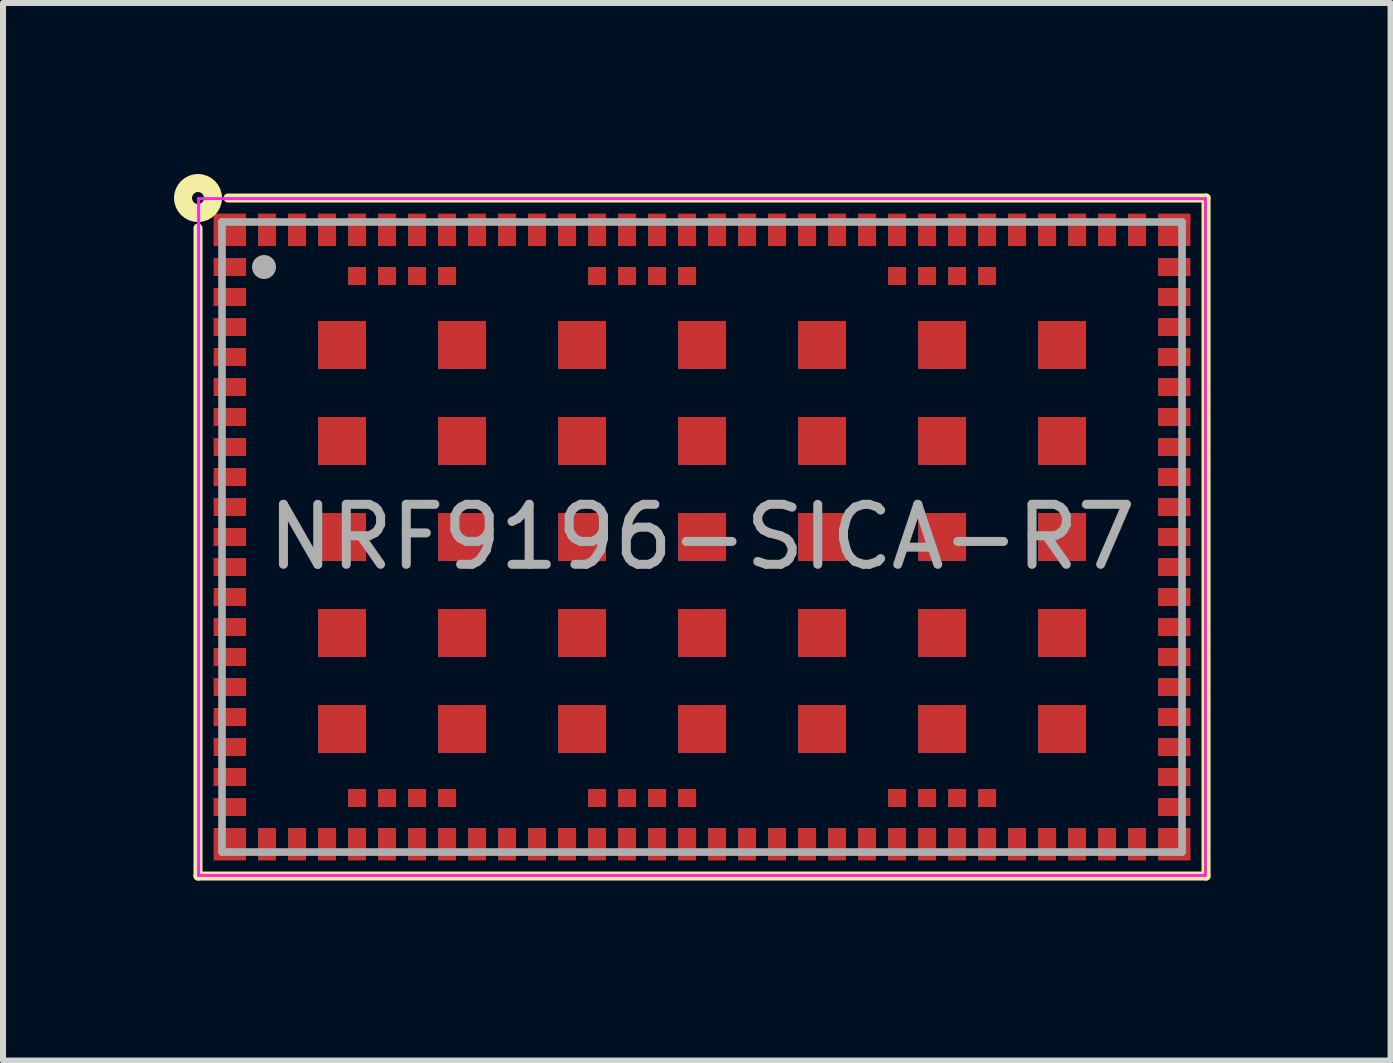
<source format=kicad_pcb>
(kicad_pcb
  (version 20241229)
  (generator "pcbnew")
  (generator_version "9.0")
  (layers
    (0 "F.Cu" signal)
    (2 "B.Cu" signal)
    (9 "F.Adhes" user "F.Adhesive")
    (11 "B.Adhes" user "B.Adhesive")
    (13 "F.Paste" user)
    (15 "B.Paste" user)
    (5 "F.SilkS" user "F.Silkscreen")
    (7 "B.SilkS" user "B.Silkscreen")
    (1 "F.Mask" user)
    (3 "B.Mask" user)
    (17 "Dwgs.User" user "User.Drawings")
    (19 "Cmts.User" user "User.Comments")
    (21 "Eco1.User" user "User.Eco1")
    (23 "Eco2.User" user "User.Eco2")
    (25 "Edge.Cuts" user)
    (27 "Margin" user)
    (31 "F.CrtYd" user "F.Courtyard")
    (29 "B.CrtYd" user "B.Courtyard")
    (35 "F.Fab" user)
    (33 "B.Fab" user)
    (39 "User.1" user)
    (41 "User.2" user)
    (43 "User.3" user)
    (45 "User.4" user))
  (footprint "NRF9196-SICA-R7"
    (layer "F.Cu")
    (at 8.65 5.9)
    (property "Reference" "NRF9196-SICA-R7" (at 0 0 0) (layer "F.Fab") (effects (font (size 1 1) (thickness 0.15))))
    (property "Value" "${VALUE}" (at 0 4.5 0) (layer "F.Fab") (hide yes) (effects (font (size 0.5 0.5) (thickness 0.07))))
    (attr through_hole)
    (fp_line (start -8.4 -5.15) (end -8.4 5.65) (stroke (width 0.15) (type solid)) (layer "F.SilkS"))
    (fp_line (start -8.4 5.65) (end 8.4 5.65) (stroke (width 0.15) (type solid)) (layer "F.SilkS"))
    (fp_line (start 8.4 -5.65) (end -7.9 -5.65) (stroke (width 0.15) (type solid)) (layer "F.SilkS"))
    (fp_line (start 8.4 5.65) (end 8.4 -5.65) (stroke (width 0.15) (type solid)) (layer "F.SilkS"))
    (fp_circle (center -8.4 -5.65) (end -8.3 -5.65) (stroke (width 0.3) (type solid)) (fill no) (layer "F.SilkS"))
    (fp_line (start -8.39 -5.64) (end 8.39 -5.64) (stroke (width 0.05) (type solid)) (layer "F.CrtYd"))
    (fp_line (start -8.39 5.64) (end -8.39 -5.64) (stroke (width 0.05) (type solid)) (layer "F.CrtYd"))
    (fp_line (start 8.39 -5.64) (end 8.39 5.64) (stroke (width 0.05) (type solid)) (layer "F.CrtYd"))
    (fp_line (start 8.39 5.64) (end -8.39 5.64) (stroke (width 0.05) (type solid)) (layer "F.CrtYd"))
    (fp_line (start -8 -5.25) (end 8 -5.25) (stroke (width 0.127) (type solid)) (layer "F.Fab"))
    (fp_line (start -8 5.25) (end -8 -5.25) (stroke (width 0.127) (type solid)) (layer "F.Fab"))
    (fp_line (start 8 -5.25) (end 8 5.25) (stroke (width 0.127) (type solid)) (layer "F.Fab"))
    (fp_line (start 8 5.25) (end -8 5.25) (stroke (width 0.127) (type solid)) (layer "F.Fab"))
    (fp_circle (center -7.3 -4.5) (end -7.2 -4.5) (stroke (width 0.2) (type solid)) (fill no) (layer "F.Fab"))
    (pad "1" smd rect (at -7.87 -5.12) (size 0.54 0.54) (layers "F.Cu" "F.Mask" "F.Paste"))
    (pad "2" smd rect (at -7.87 -4.5) (size 0.54 0.3) (layers "F.Cu" "F.Mask" "F.Paste"))
    (pad "3" smd rect (at -7.87 -4) (size 0.54 0.3) (layers "F.Cu" "F.Mask" "F.Paste"))
    (pad "4" smd rect (at -7.87 -3.5) (size 0.54 0.3) (layers "F.Cu" "F.Mask" "F.Paste"))
    (pad "5" smd rect (at -7.87 -3) (size 0.54 0.3) (layers "F.Cu" "F.Mask" "F.Paste"))
    (pad "6" smd rect (at -7.87 -2.5) (size 0.54 0.3) (layers "F.Cu" "F.Mask" "F.Paste"))
    (pad "7" smd rect (at -7.87 -2) (size 0.54 0.3) (layers "F.Cu" "F.Mask" "F.Paste"))
    (pad "8" smd rect (at -7.87 -1.5) (size 0.54 0.3) (layers "F.Cu" "F.Mask" "F.Paste"))
    (pad "9" smd rect (at -7.87 -1) (size 0.54 0.3) (layers "F.Cu" "F.Mask" "F.Paste"))
    (pad "10" smd rect (at -7.87 -0.5) (size 0.54 0.3) (layers "F.Cu" "F.Mask" "F.Paste"))
    (pad "11" smd rect (at -7.87 0) (size 0.54 0.3) (layers "F.Cu" "F.Mask" "F.Paste"))
    (pad "12" smd rect (at -7.87 0.5) (size 0.54 0.3) (layers "F.Cu" "F.Mask" "F.Paste"))
    (pad "13" smd rect (at -7.87 1) (size 0.54 0.3) (layers "F.Cu" "F.Mask" "F.Paste"))
    (pad "14" smd rect (at -7.87 1.5) (size 0.54 0.3) (layers "F.Cu" "F.Mask" "F.Paste"))
    (pad "15" smd rect (at -7.87 2) (size 0.54 0.3) (layers "F.Cu" "F.Mask" "F.Paste"))
    (pad "16" smd rect (at -7.87 2.5) (size 0.54 0.3) (layers "F.Cu" "F.Mask" "F.Paste"))
    (pad "17" smd rect (at -7.87 3) (size 0.54 0.3) (layers "F.Cu" "F.Mask" "F.Paste"))
    (pad "18" smd rect (at -7.87 3.5) (size 0.54 0.3) (layers "F.Cu" "F.Mask" "F.Paste"))
    (pad "19" smd rect (at -7.87 4) (size 0.54 0.3) (layers "F.Cu" "F.Mask" "F.Paste"))
    (pad "20" smd rect (at -7.87 4.5) (size 0.54 0.3) (layers "F.Cu" "F.Mask" "F.Paste"))
    (pad "21" smd rect (at -7.87 5.12) (size 0.54 0.54) (layers "F.Cu" "F.Mask" "F.Paste"))
    (pad "22" smd rect (at -7.25 5.12) (size 0.3 0.54) (layers "F.Cu" "F.Mask" "F.Paste"))
    (pad "23" smd rect (at -6.75 5.12) (size 0.3 0.54) (layers "F.Cu" "F.Mask" "F.Paste"))
    (pad "24" smd rect (at -6.25 5.12) (size 0.3 0.54) (layers "F.Cu" "F.Mask" "F.Paste"))
    (pad "25" smd rect (at -5.75 5.12) (size 0.3 0.54) (layers "F.Cu" "F.Mask" "F.Paste"))
    (pad "26" smd rect (at -5.25 5.12) (size 0.3 0.54) (layers "F.Cu" "F.Mask" "F.Paste"))
    (pad "27" smd rect (at -4.75 5.12) (size 0.3 0.54) (layers "F.Cu" "F.Mask" "F.Paste"))
    (pad "28" smd rect (at -4.25 5.12) (size 0.3 0.54) (layers "F.Cu" "F.Mask" "F.Paste"))
    (pad "29" smd rect (at -3.75 5.12) (size 0.3 0.54) (layers "F.Cu" "F.Mask" "F.Paste"))
    (pad "30" smd rect (at -3.25 5.12) (size 0.3 0.54) (layers "F.Cu" "F.Mask" "F.Paste"))
    (pad "31" smd rect (at -2.75 5.12) (size 0.3 0.54) (layers "F.Cu" "F.Mask" "F.Paste"))
    (pad "32" smd rect (at -2.25 5.12) (size 0.3 0.54) (layers "F.Cu" "F.Mask" "F.Paste"))
    (pad "33" smd rect (at -1.75 5.12) (size 0.3 0.54) (layers "F.Cu" "F.Mask" "F.Paste"))
    (pad "34" smd rect (at -1.25 5.12) (size 0.3 0.54) (layers "F.Cu" "F.Mask" "F.Paste"))
    (pad "35" smd rect (at -0.75 5.12) (size 0.3 0.54) (layers "F.Cu" "F.Mask" "F.Paste"))
    (pad "36" smd rect (at -0.25 5.12) (size 0.3 0.54) (layers "F.Cu" "F.Mask" "F.Paste"))
    (pad "37" smd rect (at 0.25 5.12) (size 0.3 0.54) (layers "F.Cu" "F.Mask" "F.Paste"))
    (pad "38" smd rect (at 0.75 5.12) (size 0.3 0.54) (layers "F.Cu" "F.Mask" "F.Paste"))
    (pad "39" smd rect (at 1.25 5.12) (size 0.3 0.54) (layers "F.Cu" "F.Mask" "F.Paste"))
    (pad "40" smd rect (at 1.75 5.12) (size 0.3 0.54) (layers "F.Cu" "F.Mask" "F.Paste"))
    (pad "41" smd rect (at 2.25 5.12) (size 0.3 0.54) (layers "F.Cu" "F.Mask" "F.Paste"))
    (pad "42" smd rect (at 2.75 5.12) (size 0.3 0.54) (layers "F.Cu" "F.Mask" "F.Paste"))
    (pad "43" smd rect (at 3.25 5.12) (size 0.3 0.54) (layers "F.Cu" "F.Mask" "F.Paste"))
    (pad "44" smd rect (at 3.75 5.12) (size 0.3 0.54) (layers "F.Cu" "F.Mask" "F.Paste"))
    (pad "45" smd rect (at 4.25 5.12) (size 0.3 0.54) (layers "F.Cu" "F.Mask" "F.Paste"))
    (pad "46" smd rect (at 4.75 5.12) (size 0.3 0.54) (layers "F.Cu" "F.Mask" "F.Paste"))
    (pad "47" smd rect (at 5.25 5.12) (size 0.3 0.54) (layers "F.Cu" "F.Mask" "F.Paste"))
    (pad "48" smd rect (at 5.75 5.12) (size 0.3 0.54) (layers "F.Cu" "F.Mask" "F.Paste"))
    (pad "49" smd rect (at 6.25 5.12) (size 0.3 0.54) (layers "F.Cu" "F.Mask" "F.Paste"))
    (pad "50" smd rect (at 6.75 5.12) (size 0.3 0.54) (layers "F.Cu" "F.Mask" "F.Paste"))
    (pad "51" smd rect (at 7.25 5.12) (size 0.3 0.54) (layers "F.Cu" "F.Mask" "F.Paste"))
    (pad "52" smd rect (at 7.87 5.12) (size 0.54 0.54) (layers "F.Cu" "F.Mask" "F.Paste"))
    (pad "53" smd rect (at 7.87 4.5) (size 0.54 0.3) (layers "F.Cu" "F.Mask" "F.Paste"))
    (pad "54" smd rect (at 7.87 4) (size 0.54 0.3) (layers "F.Cu" "F.Mask" "F.Paste"))
    (pad "55" smd rect (at 7.87 3.5) (size 0.54 0.3) (layers "F.Cu" "F.Mask" "F.Paste"))
    (pad "56" smd rect (at 7.87 3) (size 0.54 0.3) (layers "F.Cu" "F.Mask" "F.Paste"))
    (pad "57" smd rect (at 7.87 2.5) (size 0.54 0.3) (layers "F.Cu" "F.Mask" "F.Paste"))
    (pad "58" smd rect (at 7.87 2) (size 0.54 0.3) (layers "F.Cu" "F.Mask" "F.Paste"))
    (pad "59" smd rect (at 7.87 1.5) (size 0.54 0.3) (layers "F.Cu" "F.Mask" "F.Paste"))
    (pad "60" smd rect (at 7.87 1) (size 0.54 0.3) (layers "F.Cu" "F.Mask" "F.Paste"))
    (pad "61" smd rect (at 7.87 0.5) (size 0.54 0.3) (layers "F.Cu" "F.Mask" "F.Paste"))
    (pad "62" smd rect (at 7.87 0) (size 0.54 0.3) (layers "F.Cu" "F.Mask" "F.Paste"))
    (pad "63" smd rect (at 7.87 -0.5) (size 0.54 0.3) (layers "F.Cu" "F.Mask" "F.Paste"))
    (pad "64" smd rect (at 7.87 -1) (size 0.54 0.3) (layers "F.Cu" "F.Mask" "F.Paste"))
    (pad "65" smd rect (at 7.87 -1.5) (size 0.54 0.3) (layers "F.Cu" "F.Mask" "F.Paste"))
    (pad "66" smd rect (at 7.87 -2) (size 0.54 0.3) (layers "F.Cu" "F.Mask" "F.Paste"))
    (pad "67" smd rect (at 7.87 -2.5) (size 0.54 0.3) (layers "F.Cu" "F.Mask" "F.Paste"))
    (pad "68" smd rect (at 7.87 -3) (size 0.54 0.3) (layers "F.Cu" "F.Mask" "F.Paste"))
    (pad "69" smd rect (at 7.87 -3.5) (size 0.54 0.3) (layers "F.Cu" "F.Mask" "F.Paste"))
    (pad "70" smd rect (at 7.87 -4) (size 0.54 0.3) (layers "F.Cu" "F.Mask" "F.Paste"))
    (pad "71" smd rect (at 7.87 -4.5) (size 0.54 0.3) (layers "F.Cu" "F.Mask" "F.Paste"))
    (pad "72" smd rect (at 7.87 -5.12) (size 0.54 0.54) (layers "F.Cu" "F.Mask" "F.Paste"))
    (pad "73" smd rect (at 7.25 -5.12) (size 0.3 0.54) (layers "F.Cu" "F.Mask" "F.Paste"))
    (pad "74" smd rect (at 6.75 -5.12) (size 0.3 0.54) (layers "F.Cu" "F.Mask" "F.Paste"))
    (pad "75" smd rect (at 6.25 -5.12) (size 0.3 0.54) (layers "F.Cu" "F.Mask" "F.Paste"))
    (pad "76" smd rect (at 5.75 -5.12) (size 0.3 0.54) (layers "F.Cu" "F.Mask" "F.Paste"))
    (pad "77" smd rect (at 5.25 -5.12) (size 0.3 0.54) (layers "F.Cu" "F.Mask" "F.Paste"))
    (pad "78" smd rect (at 4.75 -5.12) (size 0.3 0.54) (layers "F.Cu" "F.Mask" "F.Paste"))
    (pad "79" smd rect (at 4.25 -5.12) (size 0.3 0.54) (layers "F.Cu" "F.Mask" "F.Paste"))
    (pad "80" smd rect (at 3.75 -5.12) (size 0.3 0.54) (layers "F.Cu" "F.Mask" "F.Paste"))
    (pad "81" smd rect (at 3.25 -5.12) (size 0.3 0.54) (layers "F.Cu" "F.Mask" "F.Paste"))
    (pad "82" smd rect (at 2.75 -5.12) (size 0.3 0.54) (layers "F.Cu" "F.Mask" "F.Paste"))
    (pad "83" smd rect (at 2.25 -5.12) (size 0.3 0.54) (layers "F.Cu" "F.Mask" "F.Paste"))
    (pad "84" smd rect (at 1.75 -5.12) (size 0.3 0.54) (layers "F.Cu" "F.Mask" "F.Paste"))
    (pad "85" smd rect (at 1.25 -5.12) (size 0.3 0.54) (layers "F.Cu" "F.Mask" "F.Paste"))
    (pad "86" smd rect (at 0.75 -5.12) (size 0.3 0.54) (layers "F.Cu" "F.Mask" "F.Paste"))
    (pad "87" smd rect (at 0.25 -5.12) (size 0.3 0.54) (layers "F.Cu" "F.Mask" "F.Paste"))
    (pad "88" smd rect (at -0.25 -5.12) (size 0.3 0.54) (layers "F.Cu" "F.Mask" "F.Paste"))
    (pad "89" smd rect (at -0.75 -5.12) (size 0.3 0.54) (layers "F.Cu" "F.Mask" "F.Paste"))
    (pad "90" smd rect (at -1.25 -5.12) (size 0.3 0.54) (layers "F.Cu" "F.Mask" "F.Paste"))
    (pad "91" smd rect (at -1.75 -5.12) (size 0.3 0.54) (layers "F.Cu" "F.Mask" "F.Paste"))
    (pad "92" smd rect (at -2.25 -5.12) (size 0.3 0.54) (layers "F.Cu" "F.Mask" "F.Paste"))
    (pad "93" smd rect (at -2.75 -5.12) (size 0.3 0.54) (layers "F.Cu" "F.Mask" "F.Paste"))
    (pad "94" smd rect (at -3.25 -5.12) (size 0.3 0.54) (layers "F.Cu" "F.Mask" "F.Paste"))
    (pad "95" smd rect (at -3.75 -5.12) (size 0.3 0.54) (layers "F.Cu" "F.Mask" "F.Paste"))
    (pad "96" smd rect (at -4.25 -5.12) (size 0.3 0.54) (layers "F.Cu" "F.Mask" "F.Paste"))
    (pad "97" smd rect (at -4.75 -5.12) (size 0.3 0.54) (layers "F.Cu" "F.Mask" "F.Paste"))
    (pad "98" smd rect (at -5.25 -5.12) (size 0.3 0.54) (layers "F.Cu" "F.Mask" "F.Paste"))
    (pad "99" smd rect (at -5.75 -5.12) (size 0.3 0.54) (layers "F.Cu" "F.Mask" "F.Paste"))
    (pad "100" smd rect (at -6.25 -5.12) (size 0.3 0.54) (layers "F.Cu" "F.Mask" "F.Paste"))
    (pad "101" smd rect (at -6.75 -5.12) (size 0.3 0.54) (layers "F.Cu" "F.Mask" "F.Paste"))
    (pad "102" smd rect (at -7.25 -5.12) (size 0.3 0.54) (layers "F.Cu" "F.Mask" "F.Paste"))
    (pad "103_1" smd rect (at -6 -3.2) (size 0.8 0.8) (layers "F.Cu" "F.Mask" "F.Paste"))
    (pad "103_2" smd rect (at -4 -3.2) (size 0.8 0.8) (layers "F.Cu" "F.Mask" "F.Paste"))
    (pad "103_3" smd rect (at -2 -3.2) (size 0.8 0.8) (layers "F.Cu" "F.Mask" "F.Paste"))
    (pad "103_4" smd rect (at 0 -3.2) (size 0.8 0.8) (layers "F.Cu" "F.Mask" "F.Paste"))
    (pad "103_5" smd rect (at 2 -3.2) (size 0.8 0.8) (layers "F.Cu" "F.Mask" "F.Paste"))
    (pad "103_6" smd rect (at 4 -3.2) (size 0.8 0.8) (layers "F.Cu" "F.Mask" "F.Paste"))
    (pad "103_7" smd rect (at 6 -3.2) (size 0.8 0.8) (layers "F.Cu" "F.Mask" "F.Paste"))
    (pad "103_8" smd rect (at -6 -1.6) (size 0.8 0.8) (layers "F.Cu" "F.Mask" "F.Paste"))
    (pad "103_9" smd rect (at -4 -1.6) (size 0.8 0.8) (layers "F.Cu" "F.Mask" "F.Paste"))
    (pad "103_10" smd rect (at -2 -1.6) (size 0.8 0.8) (layers "F.Cu" "F.Mask" "F.Paste"))
    (pad "103_11" smd rect (at 0 -1.6) (size 0.8 0.8) (layers "F.Cu" "F.Mask" "F.Paste"))
    (pad "103_12" smd rect (at 2 -1.6) (size 0.8 0.8) (layers "F.Cu" "F.Mask" "F.Paste"))
    (pad "103_13" smd rect (at 4 -1.6) (size 0.8 0.8) (layers "F.Cu" "F.Mask" "F.Paste"))
    (pad "103_14" smd rect (at 6 -1.6) (size 0.8 0.8) (layers "F.Cu" "F.Mask" "F.Paste"))
    (pad "103_15" smd rect (at -6 0) (size 0.8 0.8) (layers "F.Cu" "F.Mask" "F.Paste"))
    (pad "103_16" smd rect (at -4 0) (size 0.8 0.8) (layers "F.Cu" "F.Mask" "F.Paste"))
    (pad "103_17" smd rect (at -2 0) (size 0.8 0.8) (layers "F.Cu" "F.Mask" "F.Paste"))
    (pad "103_18" smd rect (at 0 0) (size 0.8 0.8) (layers "F.Cu" "F.Mask" "F.Paste"))
    (pad "103_19" smd rect (at 2 0) (size 0.8 0.8) (layers "F.Cu" "F.Mask" "F.Paste"))
    (pad "103_20" smd rect (at 4 0) (size 0.8 0.8) (layers "F.Cu" "F.Mask" "F.Paste"))
    (pad "103_21" smd rect (at 6 0) (size 0.8 0.8) (layers "F.Cu" "F.Mask" "F.Paste"))
    (pad "103_22" smd rect (at -6 1.6) (size 0.8 0.8) (layers "F.Cu" "F.Mask" "F.Paste"))
    (pad "103_23" smd rect (at -4 1.6) (size 0.8 0.8) (layers "F.Cu" "F.Mask" "F.Paste"))
    (pad "103_24" smd rect (at -2 1.6) (size 0.8 0.8) (layers "F.Cu" "F.Mask" "F.Paste"))
    (pad "103_25" smd rect (at 0 1.6) (size 0.8 0.8) (layers "F.Cu" "F.Mask" "F.Paste"))
    (pad "103_26" smd rect (at 2 1.6) (size 0.8 0.8) (layers "F.Cu" "F.Mask" "F.Paste"))
    (pad "103_27" smd rect (at 4 1.6) (size 0.8 0.8) (layers "F.Cu" "F.Mask" "F.Paste"))
    (pad "103_28" smd rect (at 6 1.6) (size 0.8 0.8) (layers "F.Cu" "F.Mask" "F.Paste"))
    (pad "103_29" smd rect (at -6 3.2) (size 0.8 0.8) (layers "F.Cu" "F.Mask" "F.Paste"))
    (pad "103_30" smd rect (at -4 3.2) (size 0.8 0.8) (layers "F.Cu" "F.Mask" "F.Paste"))
    (pad "103_31" smd rect (at -2 3.2) (size 0.8 0.8) (layers "F.Cu" "F.Mask" "F.Paste"))
    (pad "103_32" smd rect (at 0 3.2) (size 0.8 0.8) (layers "F.Cu" "F.Mask" "F.Paste"))
    (pad "103_33" smd rect (at 2 3.2) (size 0.8 0.8) (layers "F.Cu" "F.Mask" "F.Paste"))
    (pad "103_34" smd rect (at 4 3.2) (size 0.8 0.8) (layers "F.Cu" "F.Mask" "F.Paste"))
    (pad "103_35" smd rect (at 6 3.2) (size 0.8 0.8) (layers "F.Cu" "F.Mask" "F.Paste"))
    (pad "104" smd rect (at -5.75 4.35) (size 0.3 0.3) (layers "F.Cu" "F.Mask" "F.Paste"))
    (pad "105" smd rect (at -5.25 4.35) (size 0.3 0.3) (layers "F.Cu" "F.Mask" "F.Paste"))
    (pad "106" smd rect (at -4.75 4.35) (size 0.3 0.3) (layers "F.Cu" "F.Mask" "F.Paste"))
    (pad "107" smd rect (at -4.25 4.35) (size 0.3 0.3) (layers "F.Cu" "F.Mask" "F.Paste"))
    (pad "108" smd rect (at -1.75 4.35) (size 0.3 0.3) (layers "F.Cu" "F.Mask" "F.Paste"))
    (pad "109" smd rect (at -1.25 4.35) (size 0.3 0.3) (layers "F.Cu" "F.Mask" "F.Paste"))
    (pad "110" smd rect (at -0.75 4.35) (size 0.3 0.3) (layers "F.Cu" "F.Mask" "F.Paste"))
    (pad "111" smd rect (at -0.25 4.35) (size 0.3 0.3) (layers "F.Cu" "F.Mask" "F.Paste"))
    (pad "112" smd rect (at 3.25 4.35) (size 0.3 0.3) (layers "F.Cu" "F.Mask" "F.Paste"))
    (pad "113" smd rect (at 3.75 4.35) (size 0.3 0.3) (layers "F.Cu" "F.Mask" "F.Paste"))
    (pad "114" smd rect (at 4.25 4.35) (size 0.3 0.3) (layers "F.Cu" "F.Mask" "F.Paste"))
    (pad "115" smd rect (at 4.75 4.35) (size 0.3 0.3) (layers "F.Cu" "F.Mask" "F.Paste"))
    (pad "116" smd rect (at 4.75 -4.35) (size 0.3 0.3) (layers "F.Cu" "F.Mask" "F.Paste"))
    (pad "117" smd rect (at 4.25 -4.35) (size 0.3 0.3) (layers "F.Cu" "F.Mask" "F.Paste"))
    (pad "118" smd rect (at 3.75 -4.35) (size 0.3 0.3) (layers "F.Cu" "F.Mask" "F.Paste"))
    (pad "119" smd rect (at 3.25 -4.35) (size 0.3 0.3) (layers "F.Cu" "F.Mask" "F.Paste"))
    (pad "120" smd rect (at -0.25 -4.35) (size 0.3 0.3) (layers "F.Cu" "F.Mask" "F.Paste"))
    (pad "121" smd rect (at -0.75 -4.35) (size 0.3 0.3) (layers "F.Cu" "F.Mask" "F.Paste"))
    (pad "122" smd rect (at -1.25 -4.35) (size 0.3 0.3) (layers "F.Cu" "F.Mask" "F.Paste"))
    (pad "123" smd rect (at -1.75 -4.35) (size 0.3 0.3) (layers "F.Cu" "F.Mask" "F.Paste"))
    (pad "124" smd rect (at -4.25 -4.35) (size 0.3 0.3) (layers "F.Cu" "F.Mask" "F.Paste"))
    (pad "125" smd rect (at -4.75 -4.35) (size 0.3 0.3) (layers "F.Cu" "F.Mask" "F.Paste"))
    (pad "126" smd rect (at -5.25 -4.35) (size 0.3 0.3) (layers "F.Cu" "F.Mask" "F.Paste"))
    (pad "127" smd rect (at -5.75 -4.35) (size 0.3 0.3) (layers "F.Cu" "F.Mask" "F.Paste")))
  (gr_rect
    (start -3 -3)
    (end 20.125 14.625)
    (stroke (width 0.1) (type default))
    (fill no)
    (layer "Edge.Cuts")))
</source>
